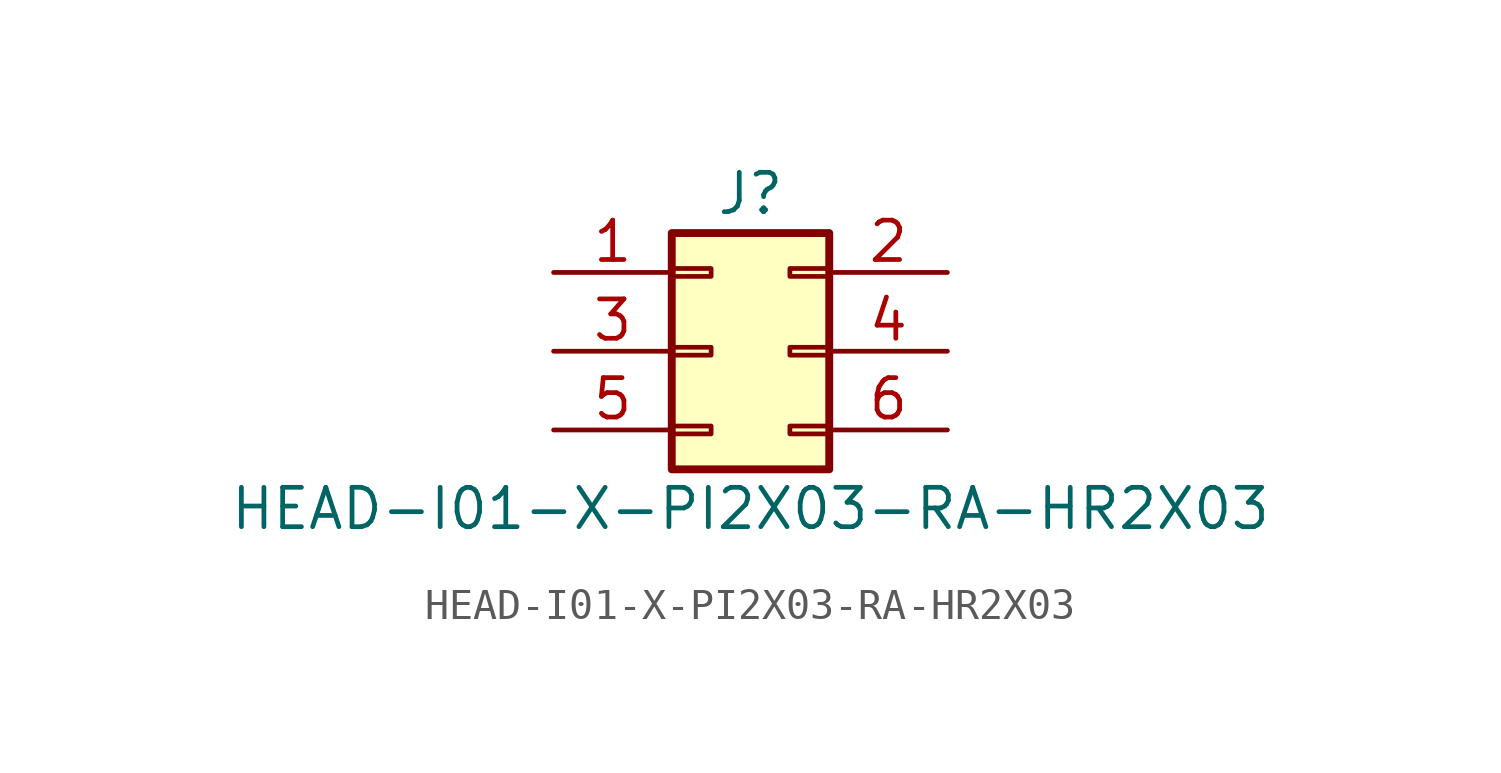
<source format=kicad_sym>
(kicad_symbol_lib
  (version 20211014)
  (generator kicad_symbol_editor)
  (symbol "HEAD-I01-X-PI2X03-RA-HR2X03"
    (pin_names
      (offset 1.016) hide)
    (property "Reference" "J"
      (at 1.27 5.08 0)
      (effects (font (size 1.27 1.27))))
    (property "Value" "HEAD-I01-X-PI2X03-RA-HR2X03"
      (at 1.27 -5.08 0)
      (effects (font (size 1.27 1.27))))
    (symbol "HEAD-I01-X-PI2X03-RA-HR2X03_1_1"
      (rectangle (start -1.27 -2.413) (end 0 -2.667) (stroke (width 0.152) (type default) (color 0 0 0 0)) (fill (type none)))
      (rectangle (start -1.27 0.127) (end 0 -0.127) (stroke (width 0.152) (type default) (color 0 0 0 0)) (fill (type none)))
      (rectangle (start -1.27 2.667) (end 0 2.413) (stroke (width 0.152) (type default) (color 0 0 0 0)) (fill (type none)))
      (rectangle (start -1.27 3.81) (end 3.81 -3.81) (stroke (width 0.254) (type default) (color 0 0 0 0)) (fill (type background)))
      (rectangle (start 3.81 -2.413) (end 2.54 -2.667) (stroke (width 0.152) (type default) (color 0 0 0 0)) (fill (type none)))
      (rectangle (start 3.81 0.127) (end 2.54 -0.127) (stroke (width 0.152) (type default) (color 0 0 0 0)) (fill (type none)))
      (rectangle (start 3.81 2.667) (end 2.54 2.413) (stroke (width 0.152) (type default) (color 0 0 0 0)) (fill (type none)))
      (pin passive line (at -5.08 2.54 0) (length 3.81) (name "Pin_1" (effects (font (size 1.27 1.27)))) (number "1" (effects (font (size 1.27 1.27)))))
      (pin passive line (at 7.62 2.54 180) (length 3.81) (name "Pin_2" (effects (font (size 1.27 1.27)))) (number "2" (effects (font (size 1.27 1.27)))))
      (pin passive line (at -5.08 0 0) (length 3.81) (name "Pin_3" (effects (font (size 1.27 1.27)))) (number "3" (effects (font (size 1.27 1.27)))))
      (pin passive line (at 7.62 0 180) (length 3.81) (name "Pin_4" (effects (font (size 1.27 1.27)))) (number "4" (effects (font (size 1.27 1.27)))))
      (pin passive line (at -5.08 -2.54 0) (length 3.81) (name "Pin_5" (effects (font (size 1.27 1.27)))) (number "5" (effects (font (size 1.27 1.27)))))
      (pin passive line (at 7.62 -2.54 180) (length 3.81) (name "Pin_6" (effects (font (size 1.27 1.27)))) (number "6" (effects (font (size 1.27 1.27))))))))
</source>
